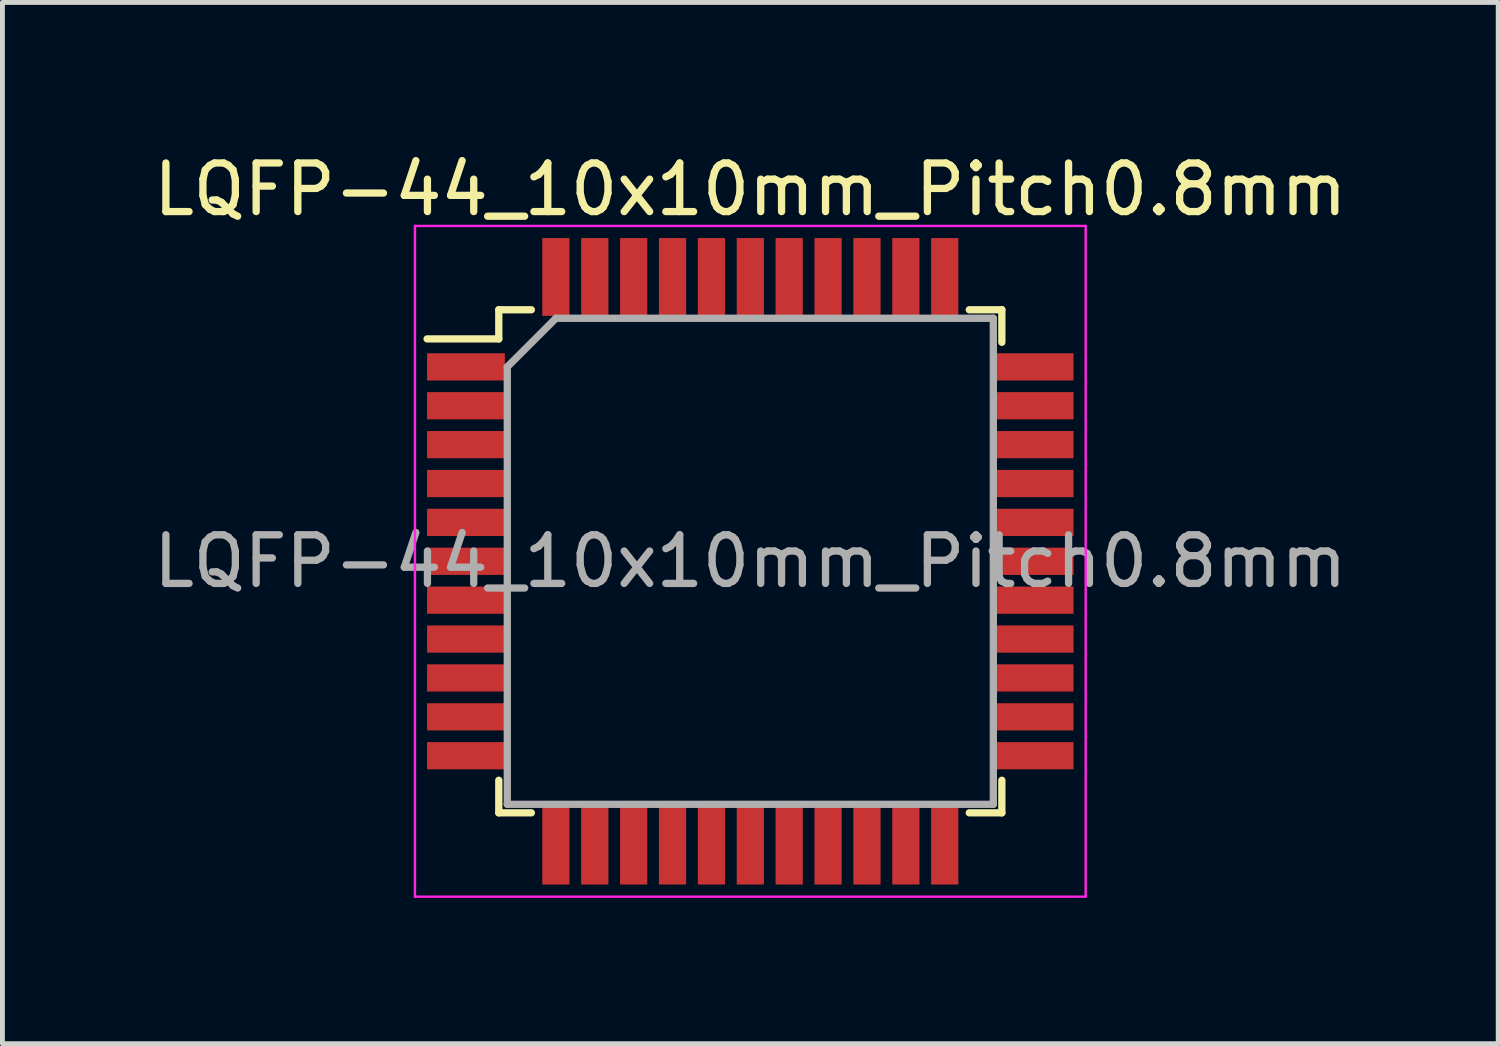
<source format=kicad_pcb>
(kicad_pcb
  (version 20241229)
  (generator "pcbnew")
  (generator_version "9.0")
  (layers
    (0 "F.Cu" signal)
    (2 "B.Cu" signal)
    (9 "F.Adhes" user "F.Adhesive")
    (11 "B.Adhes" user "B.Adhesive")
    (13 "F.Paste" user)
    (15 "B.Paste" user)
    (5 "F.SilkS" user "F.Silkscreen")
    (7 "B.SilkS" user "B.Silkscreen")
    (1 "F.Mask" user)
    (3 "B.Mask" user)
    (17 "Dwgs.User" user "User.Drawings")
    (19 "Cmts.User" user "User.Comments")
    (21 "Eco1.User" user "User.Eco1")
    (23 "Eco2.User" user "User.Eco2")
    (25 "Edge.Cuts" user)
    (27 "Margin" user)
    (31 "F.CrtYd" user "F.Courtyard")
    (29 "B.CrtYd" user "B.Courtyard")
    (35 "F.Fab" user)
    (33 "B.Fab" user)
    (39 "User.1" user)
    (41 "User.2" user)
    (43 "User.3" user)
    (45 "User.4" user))
  (footprint "LQFP-44_10x10mm_Pitch0.8mm"
    (layer "F.Cu")
    (at 12.387 8.498)
    (property "Reference" "LQFP-44_10x10mm_Pitch0.8mm" (at 0 -7.65 0) (layer "F.SilkS") (effects (font (size 1 1) (thickness 0.15))))
    (attr smd)
    (fp_line (start -5.175 -5.175) (end -5.175 -4.575) (stroke (width 0.15) (type solid)) (layer "F.SilkS"))
    (fp_line (start -5.175 -5.175) (end -4.505 -5.175) (stroke (width 0.15) (type solid)) (layer "F.SilkS"))
    (fp_line (start -5.175 -4.575) (end -6.65 -4.575) (stroke (width 0.15) (type solid)) (layer "F.SilkS"))
    (fp_line (start -5.175 5.175) (end -5.175 4.505) (stroke (width 0.15) (type solid)) (layer "F.SilkS"))
    (fp_line (start -5.175 5.175) (end -4.505 5.175) (stroke (width 0.15) (type solid)) (layer "F.SilkS"))
    (fp_line (start 5.175 -5.175) (end 4.505 -5.175) (stroke (width 0.15) (type solid)) (layer "F.SilkS"))
    (fp_line (start 5.175 -5.175) (end 5.175 -4.505) (stroke (width 0.15) (type solid)) (layer "F.SilkS"))
    (fp_line (start 5.175 5.175) (end 4.505 5.175) (stroke (width 0.15) (type solid)) (layer "F.SilkS"))
    (fp_line (start 5.175 5.175) (end 5.175 4.505) (stroke (width 0.15) (type solid)) (layer "F.SilkS"))
    (fp_line (start -6.9 -6.9) (end -6.9 6.9) (stroke (width 0.05) (type solid)) (layer "F.CrtYd"))
    (fp_line (start -6.9 -6.9) (end 6.9 -6.9) (stroke (width 0.05) (type solid)) (layer "F.CrtYd"))
    (fp_line (start -6.9 6.9) (end 6.9 6.9) (stroke (width 0.05) (type solid)) (layer "F.CrtYd"))
    (fp_line (start 6.9 -6.9) (end 6.9 6.9) (stroke (width 0.05) (type solid)) (layer "F.CrtYd"))
    (fp_line (start -5 -4) (end -4 -5) (stroke (width 0.15) (type solid)) (layer "F.Fab"))
    (fp_line (start -5 5) (end -5 -4) (stroke (width 0.15) (type solid)) (layer "F.Fab"))
    (fp_line (start -4 -5) (end 5 -5) (stroke (width 0.15) (type solid)) (layer "F.Fab"))
    (fp_line (start 5 -5) (end 5 5) (stroke (width 0.15) (type solid)) (layer "F.Fab"))
    (fp_line (start 5 5) (end -5 5) (stroke (width 0.15) (type solid)) (layer "F.Fab"))
    (fp_text user "${REFERENCE}" (at 0 0 0) (layer "F.Fab") (effects (font (size 1 1) (thickness 0.15))))
    (pad "1" smd rect (at -5.85 -4) (size 1.6 0.56) (layers "F.Cu" "F.Mask" "F.Paste"))
    (pad "2" smd rect (at -5.85 -3.2) (size 1.6 0.56) (layers "F.Cu" "F.Mask" "F.Paste"))
    (pad "3" smd rect (at -5.85 -2.4) (size 1.6 0.56) (layers "F.Cu" "F.Mask" "F.Paste"))
    (pad "4" smd rect (at -5.85 -1.6) (size 1.6 0.56) (layers "F.Cu" "F.Mask" "F.Paste"))
    (pad "5" smd rect (at -5.85 -0.8) (size 1.6 0.56) (layers "F.Cu" "F.Mask" "F.Paste"))
    (pad "6" smd rect (at -5.85 0) (size 1.6 0.56) (layers "F.Cu" "F.Mask" "F.Paste"))
    (pad "7" smd rect (at -5.85 0.8) (size 1.6 0.56) (layers "F.Cu" "F.Mask" "F.Paste"))
    (pad "8" smd rect (at -5.85 1.6) (size 1.6 0.56) (layers "F.Cu" "F.Mask" "F.Paste"))
    (pad "9" smd rect (at -5.85 2.4) (size 1.6 0.56) (layers "F.Cu" "F.Mask" "F.Paste"))
    (pad "10" smd rect (at -5.85 3.2) (size 1.6 0.56) (layers "F.Cu" "F.Mask" "F.Paste"))
    (pad "11" smd rect (at -5.85 4) (size 1.6 0.56) (layers "F.Cu" "F.Mask" "F.Paste"))
    (pad "12" smd rect (at -4 5.85 90) (size 1.6 0.56) (layers "F.Cu" "F.Mask" "F.Paste"))
    (pad "13" smd rect (at -3.2 5.85 90) (size 1.6 0.56) (layers "F.Cu" "F.Mask" "F.Paste"))
    (pad "14" smd rect (at -2.4 5.85 90) (size 1.6 0.56) (layers "F.Cu" "F.Mask" "F.Paste"))
    (pad "15" smd rect (at -1.6 5.85 90) (size 1.6 0.56) (layers "F.Cu" "F.Mask" "F.Paste"))
    (pad "16" smd rect (at -0.8 5.85 90) (size 1.6 0.56) (layers "F.Cu" "F.Mask" "F.Paste"))
    (pad "17" smd rect (at 0 5.85 90) (size 1.6 0.56) (layers "F.Cu" "F.Mask" "F.Paste"))
    (pad "18" smd rect (at 0.8 5.85 90) (size 1.6 0.56) (layers "F.Cu" "F.Mask" "F.Paste"))
    (pad "19" smd rect (at 1.6 5.85 90) (size 1.6 0.56) (layers "F.Cu" "F.Mask" "F.Paste"))
    (pad "20" smd rect (at 2.4 5.85 90) (size 1.6 0.56) (layers "F.Cu" "F.Mask" "F.Paste"))
    (pad "21" smd rect (at 3.2 5.85 90) (size 1.6 0.56) (layers "F.Cu" "F.Mask" "F.Paste"))
    (pad "22" smd rect (at 4 5.85 90) (size 1.6 0.56) (layers "F.Cu" "F.Mask" "F.Paste"))
    (pad "23" smd rect (at 5.85 4) (size 1.6 0.56) (layers "F.Cu" "F.Mask" "F.Paste"))
    (pad "24" smd rect (at 5.85 3.2) (size 1.6 0.56) (layers "F.Cu" "F.Mask" "F.Paste"))
    (pad "25" smd rect (at 5.85 2.4) (size 1.6 0.56) (layers "F.Cu" "F.Mask" "F.Paste"))
    (pad "26" smd rect (at 5.85 1.6) (size 1.6 0.56) (layers "F.Cu" "F.Mask" "F.Paste"))
    (pad "27" smd rect (at 5.85 0.8) (size 1.6 0.56) (layers "F.Cu" "F.Mask" "F.Paste"))
    (pad "28" smd rect (at 5.85 0) (size 1.6 0.56) (layers "F.Cu" "F.Mask" "F.Paste"))
    (pad "29" smd rect (at 5.85 -0.8) (size 1.6 0.56) (layers "F.Cu" "F.Mask" "F.Paste"))
    (pad "30" smd rect (at 5.85 -1.6) (size 1.6 0.56) (layers "F.Cu" "F.Mask" "F.Paste"))
    (pad "31" smd rect (at 5.85 -2.4) (size 1.6 0.56) (layers "F.Cu" "F.Mask" "F.Paste"))
    (pad "32" smd rect (at 5.85 -3.2) (size 1.6 0.56) (layers "F.Cu" "F.Mask" "F.Paste"))
    (pad "33" smd rect (at 5.85 -4) (size 1.6 0.56) (layers "F.Cu" "F.Mask" "F.Paste"))
    (pad "34" smd rect (at 4 -5.85 90) (size 1.6 0.56) (layers "F.Cu" "F.Mask" "F.Paste"))
    (pad "35" smd rect (at 3.2 -5.85 90) (size 1.6 0.56) (layers "F.Cu" "F.Mask" "F.Paste"))
    (pad "36" smd rect (at 2.4 -5.85 90) (size 1.6 0.56) (layers "F.Cu" "F.Mask" "F.Paste"))
    (pad "37" smd rect (at 1.6 -5.85 90) (size 1.6 0.56) (layers "F.Cu" "F.Mask" "F.Paste"))
    (pad "38" smd rect (at 0.8 -5.85 90) (size 1.6 0.56) (layers "F.Cu" "F.Mask" "F.Paste"))
    (pad "39" smd rect (at 0 -5.85 90) (size 1.6 0.56) (layers "F.Cu" "F.Mask" "F.Paste"))
    (pad "40" smd rect (at -0.8 -5.85 90) (size 1.6 0.56) (layers "F.Cu" "F.Mask" "F.Paste"))
    (pad "41" smd rect (at -1.6 -5.85 90) (size 1.6 0.56) (layers "F.Cu" "F.Mask" "F.Paste"))
    (pad "42" smd rect (at -2.4 -5.85 90) (size 1.6 0.56) (layers "F.Cu" "F.Mask" "F.Paste"))
    (pad "43" smd rect (at -3.2 -5.85 90) (size 1.6 0.56) (layers "F.Cu" "F.Mask" "F.Paste"))
    (pad "44" smd rect (at -4 -5.85 90) (size 1.6 0.56) (layers "F.Cu" "F.Mask" "F.Paste")))
  (gr_rect
    (start -3 -3)
    (end 27.774 18.423)
    (stroke (width 0.1) (type default))
    (fill no)
    (layer "Edge.Cuts")))
</source>
